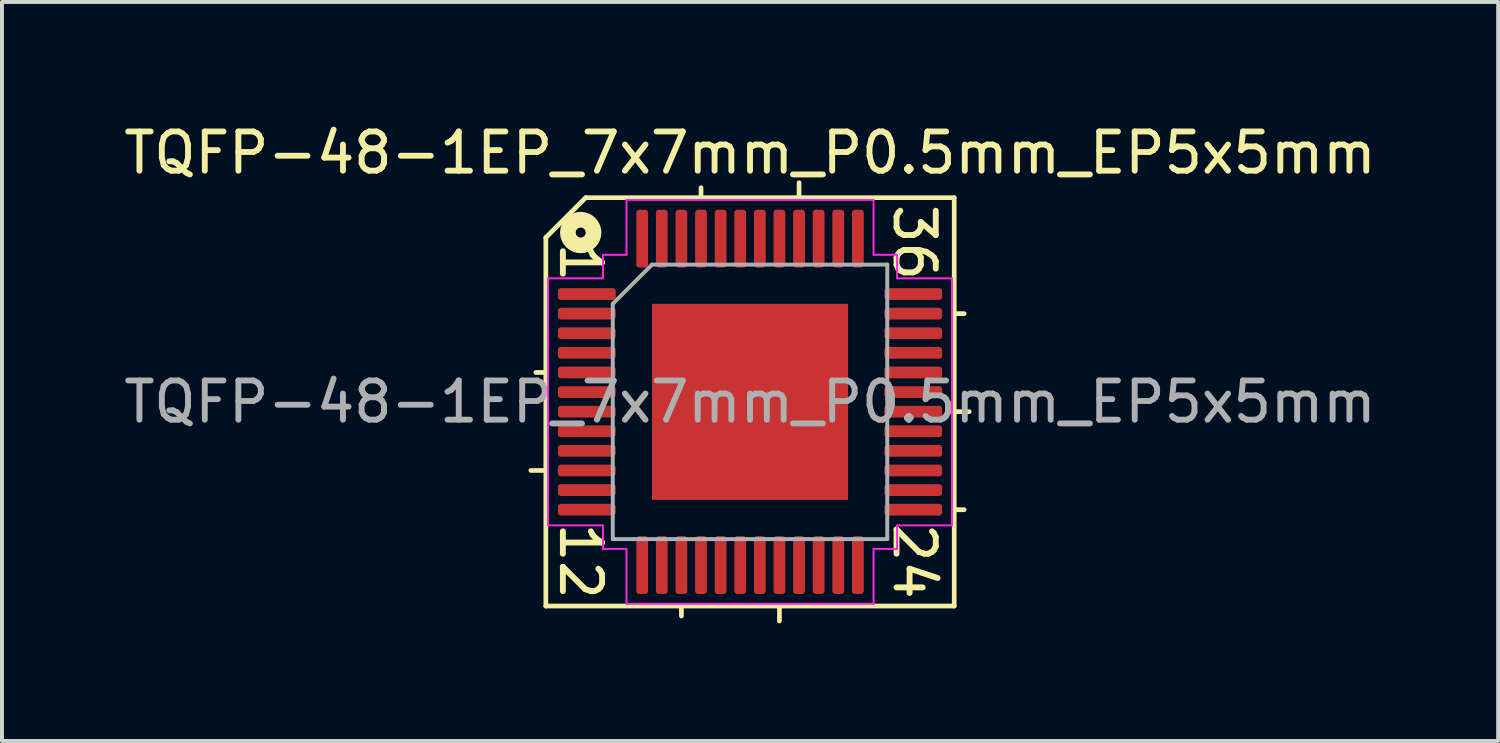
<source format=kicad_pcb>
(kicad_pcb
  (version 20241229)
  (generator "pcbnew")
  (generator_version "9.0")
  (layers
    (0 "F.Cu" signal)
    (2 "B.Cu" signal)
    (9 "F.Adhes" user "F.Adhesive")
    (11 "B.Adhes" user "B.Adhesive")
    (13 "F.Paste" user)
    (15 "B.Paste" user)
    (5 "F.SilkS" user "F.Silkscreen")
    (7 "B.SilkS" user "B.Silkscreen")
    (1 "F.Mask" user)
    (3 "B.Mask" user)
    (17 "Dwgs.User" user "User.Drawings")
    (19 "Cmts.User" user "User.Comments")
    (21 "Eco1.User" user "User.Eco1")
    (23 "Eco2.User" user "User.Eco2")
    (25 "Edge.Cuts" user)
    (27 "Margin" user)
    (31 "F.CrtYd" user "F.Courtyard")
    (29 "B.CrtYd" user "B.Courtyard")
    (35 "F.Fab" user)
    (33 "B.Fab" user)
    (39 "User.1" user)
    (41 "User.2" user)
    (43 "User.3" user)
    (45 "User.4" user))
  (footprint "TQFP-48-1EP_7x7mm_P0.5mm_EP5x5mm"
    (layer "F.Cu")
    (at 16.077 7.198)
    (property "Reference" "TQFP-48-1EP_7x7mm_P0.5mm_EP5x5mm" (at 0 -6.35 0) (layer "F.SilkS") (effects (font (size 1 1) (thickness 0.15))))
    (attr smd)
    (fp_line (start -5.207 -4.191) (end -5.207 5.207) (stroke (width 0.12) (type solid)) (layer "F.SilkS"))
    (fp_line (start -5.207 -0.75) (end -5.461 -0.75) (stroke (width 0.12) (type solid)) (layer "F.SilkS"))
    (fp_line (start -5.207 1.75) (end -5.588 1.75) (stroke (width 0.12) (type solid)) (layer "F.SilkS"))
    (fp_line (start -5.207 5.207) (end 5.207 5.207) (stroke (width 0.12) (type solid)) (layer "F.SilkS"))
    (fp_line (start -4.191 -5.207) (end -5.207 -4.191) (stroke (width 0.12) (type solid)) (layer "F.SilkS"))
    (fp_line (start -1.75 5.207) (end -1.75 5.461) (stroke (width 0.12) (type solid)) (layer "F.SilkS"))
    (fp_line (start -1.25 -5.207) (end -1.25 -5.461) (stroke (width 0.12) (type solid)) (layer "F.SilkS"))
    (fp_line (start 0.75 5.207) (end 0.75 5.588) (stroke (width 0.12) (type solid)) (layer "F.SilkS"))
    (fp_line (start 1.25 -5.207) (end 1.25 -5.588) (stroke (width 0.12) (type solid)) (layer "F.SilkS"))
    (fp_line (start 5.207 -5.207) (end -4.191 -5.207) (stroke (width 0.12) (type solid)) (layer "F.SilkS"))
    (fp_line (start 5.207 -2.25) (end 5.461 -2.25) (stroke (width 0.12) (type solid)) (layer "F.SilkS"))
    (fp_line (start 5.207 0.25) (end 5.588 0.25) (stroke (width 0.12) (type solid)) (layer "F.SilkS"))
    (fp_line (start 5.207 2.75) (end 5.461 2.75) (stroke (width 0.12) (type solid)) (layer "F.SilkS"))
    (fp_line (start 5.207 5.207) (end 5.207 -5.207) (stroke (width 0.12) (type solid)) (layer "F.SilkS"))
    (fp_circle (center -4.318 -4.318) (end -4.191 -4.318) (stroke (width 0.4) (type solid)) (fill no) (layer "F.SilkS"))
    (fp_line (start -5.15 -3.15) (end -5.15 0) (stroke (width 0.05) (type solid)) (layer "F.CrtYd"))
    (fp_line (start -5.15 3.15) (end -5.15 0) (stroke (width 0.05) (type solid)) (layer "F.CrtYd"))
    (fp_line (start -3.75 -3.75) (end -3.75 -3.15) (stroke (width 0.05) (type solid)) (layer "F.CrtYd"))
    (fp_line (start -3.75 -3.15) (end -5.15 -3.15) (stroke (width 0.05) (type solid)) (layer "F.CrtYd"))
    (fp_line (start -3.75 3.15) (end -5.15 3.15) (stroke (width 0.05) (type solid)) (layer "F.CrtYd"))
    (fp_line (start -3.75 3.75) (end -3.75 3.15) (stroke (width 0.05) (type solid)) (layer "F.CrtYd"))
    (fp_line (start -3.15 -5.15) (end -3.15 -3.75) (stroke (width 0.05) (type solid)) (layer "F.CrtYd"))
    (fp_line (start -3.15 -3.75) (end -3.75 -3.75) (stroke (width 0.05) (type solid)) (layer "F.CrtYd"))
    (fp_line (start -3.15 3.75) (end -3.75 3.75) (stroke (width 0.05) (type solid)) (layer "F.CrtYd"))
    (fp_line (start -3.15 5.15) (end -3.15 3.75) (stroke (width 0.05) (type solid)) (layer "F.CrtYd"))
    (fp_line (start 0 -5.15) (end -3.15 -5.15) (stroke (width 0.05) (type solid)) (layer "F.CrtYd"))
    (fp_line (start 0 -5.15) (end 3.15 -5.15) (stroke (width 0.05) (type solid)) (layer "F.CrtYd"))
    (fp_line (start 0 5.15) (end -3.15 5.15) (stroke (width 0.05) (type solid)) (layer "F.CrtYd"))
    (fp_line (start 0 5.15) (end 3.15 5.15) (stroke (width 0.05) (type solid)) (layer "F.CrtYd"))
    (fp_line (start 3.15 -5.15) (end 3.15 -3.75) (stroke (width 0.05) (type solid)) (layer "F.CrtYd"))
    (fp_line (start 3.15 -3.75) (end 3.75 -3.75) (stroke (width 0.05) (type solid)) (layer "F.CrtYd"))
    (fp_line (start 3.15 3.75) (end 3.75 3.75) (stroke (width 0.05) (type solid)) (layer "F.CrtYd"))
    (fp_line (start 3.15 5.15) (end 3.15 3.75) (stroke (width 0.05) (type solid)) (layer "F.CrtYd"))
    (fp_line (start 3.75 -3.75) (end 3.75 -3.15) (stroke (width 0.05) (type solid)) (layer "F.CrtYd"))
    (fp_line (start 3.75 -3.15) (end 5.15 -3.15) (stroke (width 0.05) (type solid)) (layer "F.CrtYd"))
    (fp_line (start 3.75 3.15) (end 5.15 3.15) (stroke (width 0.05) (type solid)) (layer "F.CrtYd"))
    (fp_line (start 3.75 3.75) (end 3.75 3.15) (stroke (width 0.05) (type solid)) (layer "F.CrtYd"))
    (fp_line (start 5.15 -3.15) (end 5.15 0) (stroke (width 0.05) (type solid)) (layer "F.CrtYd"))
    (fp_line (start 5.15 3.15) (end 5.15 0) (stroke (width 0.05) (type solid)) (layer "F.CrtYd"))
    (fp_line (start -3.5 -2.5) (end -2.5 -3.5) (stroke (width 0.1) (type solid)) (layer "F.Fab"))
    (fp_line (start -3.5 3.5) (end -3.5 -2.5) (stroke (width 0.1) (type solid)) (layer "F.Fab"))
    (fp_line (start -2.5 -3.5) (end 3.5 -3.5) (stroke (width 0.1) (type solid)) (layer "F.Fab"))
    (fp_line (start 3.5 -3.5) (end 3.5 3.5) (stroke (width 0.1) (type solid)) (layer "F.Fab"))
    (fp_line (start 3.5 3.5) (end -3.5 3.5) (stroke (width 0.1) (type solid)) (layer "F.Fab"))
    (fp_text user "36" (at 4.191 -4.064 270) (unlocked yes) (layer "F.SilkS") (effects (font (size 1 1) (thickness 0.15))))
    (fp_text user "24" (at 4.191 4.064 270) (unlocked yes) (layer "F.SilkS") (effects (font (size 1 1) (thickness 0.15))))
    (fp_text user "12" (at -4.318 4.064 270) (unlocked yes) (layer "F.SilkS") (effects (font (size 1 1) (thickness 0.15))))
    (fp_text user "1" (at -4.318 -3.556 270) (unlocked yes) (layer "F.SilkS") (effects (font (size 1 1) (thickness 0.15))))
    (fp_text user "${REFERENCE}" (at 0 0 0) (layer "F.Fab") (effects (font (size 1 1) (thickness 0.15))))
    (pad "" smd roundrect (at -1.875 -1.875) (size 1.01 1.01) (layers "F.Paste") (roundrect_rratio 0.248))
    (pad "" smd roundrect (at -1.875 -0.625) (size 1.01 1.01) (layers "F.Paste") (roundrect_rratio 0.248))
    (pad "" smd roundrect (at -1.875 0.625) (size 1.01 1.01) (layers "F.Paste") (roundrect_rratio 0.248))
    (pad "" smd roundrect (at -1.875 1.875) (size 1.01 1.01) (layers "F.Paste") (roundrect_rratio 0.248))
    (pad "" smd roundrect (at -0.625 -1.875) (size 1.01 1.01) (layers "F.Paste") (roundrect_rratio 0.248))
    (pad "" smd roundrect (at -0.625 -0.625) (size 1.01 1.01) (layers "F.Paste") (roundrect_rratio 0.248))
    (pad "" smd roundrect (at -0.625 0.625) (size 1.01 1.01) (layers "F.Paste") (roundrect_rratio 0.248))
    (pad "" smd roundrect (at -0.625 1.875) (size 1.01 1.01) (layers "F.Paste") (roundrect_rratio 0.248))
    (pad "" smd roundrect (at 0.625 -1.875) (size 1.01 1.01) (layers "F.Paste") (roundrect_rratio 0.248))
    (pad "" smd roundrect (at 0.625 -0.625) (size 1.01 1.01) (layers "F.Paste") (roundrect_rratio 0.248))
    (pad "" smd roundrect (at 0.625 0.625) (size 1.01 1.01) (layers "F.Paste") (roundrect_rratio 0.248))
    (pad "" smd roundrect (at 0.625 1.875) (size 1.01 1.01) (layers "F.Paste") (roundrect_rratio 0.248))
    (pad "" smd roundrect (at 1.875 -1.875) (size 1.01 1.01) (layers "F.Paste") (roundrect_rratio 0.248))
    (pad "" smd roundrect (at 1.875 -0.625) (size 1.01 1.01) (layers "F.Paste") (roundrect_rratio 0.248))
    (pad "" smd roundrect (at 1.875 0.625) (size 1.01 1.01) (layers "F.Paste") (roundrect_rratio 0.248))
    (pad "" smd roundrect (at 1.875 1.875) (size 1.01 1.01) (layers "F.Paste") (roundrect_rratio 0.248))
    (pad "1" smd roundrect (at -4.162 -2.75) (size 1.475 0.3) (layers "F.Cu" "F.Mask" "F.Paste") (roundrect_rratio 0.25))
    (pad "2" smd roundrect (at -4.162 -2.25) (size 1.475 0.3) (layers "F.Cu" "F.Mask" "F.Paste") (roundrect_rratio 0.25))
    (pad "3" smd roundrect (at -4.162 -1.75) (size 1.475 0.3) (layers "F.Cu" "F.Mask" "F.Paste") (roundrect_rratio 0.25))
    (pad "4" smd roundrect (at -4.162 -1.25) (size 1.475 0.3) (layers "F.Cu" "F.Mask" "F.Paste") (roundrect_rratio 0.25))
    (pad "5" smd roundrect (at -4.162 -0.75) (size 1.475 0.3) (layers "F.Cu" "F.Mask" "F.Paste") (roundrect_rratio 0.25))
    (pad "6" smd roundrect (at -4.162 -0.25) (size 1.475 0.3) (layers "F.Cu" "F.Mask" "F.Paste") (roundrect_rratio 0.25))
    (pad "7" smd roundrect (at -4.162 0.25) (size 1.475 0.3) (layers "F.Cu" "F.Mask" "F.Paste") (roundrect_rratio 0.25))
    (pad "8" smd roundrect (at -4.162 0.75) (size 1.475 0.3) (layers "F.Cu" "F.Mask" "F.Paste") (roundrect_rratio 0.25))
    (pad "9" smd roundrect (at -4.162 1.25) (size 1.475 0.3) (layers "F.Cu" "F.Mask" "F.Paste") (roundrect_rratio 0.25))
    (pad "10" smd roundrect (at -4.162 1.75) (size 1.475 0.3) (layers "F.Cu" "F.Mask" "F.Paste") (roundrect_rratio 0.25))
    (pad "11" smd roundrect (at -4.162 2.25) (size 1.475 0.3) (layers "F.Cu" "F.Mask" "F.Paste") (roundrect_rratio 0.25))
    (pad "12" smd roundrect (at -4.162 2.75) (size 1.475 0.3) (layers "F.Cu" "F.Mask" "F.Paste") (roundrect_rratio 0.25))
    (pad "13" smd roundrect (at -2.75 4.162) (size 0.3 1.475) (layers "F.Cu" "F.Mask" "F.Paste") (roundrect_rratio 0.25))
    (pad "14" smd roundrect (at -2.25 4.162) (size 0.3 1.475) (layers "F.Cu" "F.Mask" "F.Paste") (roundrect_rratio 0.25))
    (pad "15" smd roundrect (at -1.75 4.162) (size 0.3 1.475) (layers "F.Cu" "F.Mask" "F.Paste") (roundrect_rratio 0.25))
    (pad "16" smd roundrect (at -1.25 4.162) (size 0.3 1.475) (layers "F.Cu" "F.Mask" "F.Paste") (roundrect_rratio 0.25))
    (pad "17" smd roundrect (at -0.75 4.162) (size 0.3 1.475) (layers "F.Cu" "F.Mask" "F.Paste") (roundrect_rratio 0.25))
    (pad "18" smd roundrect (at -0.25 4.162) (size 0.3 1.475) (layers "F.Cu" "F.Mask" "F.Paste") (roundrect_rratio 0.25))
    (pad "19" smd roundrect (at 0.25 4.162) (size 0.3 1.475) (layers "F.Cu" "F.Mask" "F.Paste") (roundrect_rratio 0.25))
    (pad "20" smd roundrect (at 0.75 4.162) (size 0.3 1.475) (layers "F.Cu" "F.Mask" "F.Paste") (roundrect_rratio 0.25))
    (pad "21" smd roundrect (at 1.25 4.162) (size 0.3 1.475) (layers "F.Cu" "F.Mask" "F.Paste") (roundrect_rratio 0.25))
    (pad "22" smd roundrect (at 1.75 4.162) (size 0.3 1.475) (layers "F.Cu" "F.Mask" "F.Paste") (roundrect_rratio 0.25))
    (pad "23" smd roundrect (at 2.25 4.162) (size 0.3 1.475) (layers "F.Cu" "F.Mask" "F.Paste") (roundrect_rratio 0.25))
    (pad "24" smd roundrect (at 2.75 4.162) (size 0.3 1.475) (layers "F.Cu" "F.Mask" "F.Paste") (roundrect_rratio 0.25))
    (pad "25" smd roundrect (at 4.162 2.75) (size 1.475 0.3) (layers "F.Cu" "F.Mask" "F.Paste") (roundrect_rratio 0.25))
    (pad "26" smd roundrect (at 4.162 2.25) (size 1.475 0.3) (layers "F.Cu" "F.Mask" "F.Paste") (roundrect_rratio 0.25))
    (pad "27" smd roundrect (at 4.162 1.75) (size 1.475 0.3) (layers "F.Cu" "F.Mask" "F.Paste") (roundrect_rratio 0.25))
    (pad "28" smd roundrect (at 4.162 1.25) (size 1.475 0.3) (layers "F.Cu" "F.Mask" "F.Paste") (roundrect_rratio 0.25))
    (pad "29" smd roundrect (at 4.162 0.75) (size 1.475 0.3) (layers "F.Cu" "F.Mask" "F.Paste") (roundrect_rratio 0.25))
    (pad "30" smd roundrect (at 4.162 0.25) (size 1.475 0.3) (layers "F.Cu" "F.Mask" "F.Paste") (roundrect_rratio 0.25))
    (pad "31" smd roundrect (at 4.162 -0.25) (size 1.475 0.3) (layers "F.Cu" "F.Mask" "F.Paste") (roundrect_rratio 0.25))
    (pad "32" smd roundrect (at 4.162 -0.75) (size 1.475 0.3) (layers "F.Cu" "F.Mask" "F.Paste") (roundrect_rratio 0.25))
    (pad "33" smd roundrect (at 4.162 -1.25) (size 1.475 0.3) (layers "F.Cu" "F.Mask" "F.Paste") (roundrect_rratio 0.25))
    (pad "34" smd roundrect (at 4.162 -1.75) (size 1.475 0.3) (layers "F.Cu" "F.Mask" "F.Paste") (roundrect_rratio 0.25))
    (pad "35" smd roundrect (at 4.162 -2.25) (size 1.475 0.3) (layers "F.Cu" "F.Mask" "F.Paste") (roundrect_rratio 0.25))
    (pad "36" smd roundrect (at 4.162 -2.75) (size 1.475 0.3) (layers "F.Cu" "F.Mask" "F.Paste") (roundrect_rratio 0.25))
    (pad "37" smd roundrect (at 2.75 -4.162) (size 0.3 1.475) (layers "F.Cu" "F.Mask" "F.Paste") (roundrect_rratio 0.25))
    (pad "38" smd roundrect (at 2.25 -4.162) (size 0.3 1.475) (layers "F.Cu" "F.Mask" "F.Paste") (roundrect_rratio 0.25))
    (pad "39" smd roundrect (at 1.75 -4.162) (size 0.3 1.475) (layers "F.Cu" "F.Mask" "F.Paste") (roundrect_rratio 0.25))
    (pad "40" smd roundrect (at 1.25 -4.162) (size 0.3 1.475) (layers "F.Cu" "F.Mask" "F.Paste") (roundrect_rratio 0.25))
    (pad "41" smd roundrect (at 0.75 -4.162) (size 0.3 1.475) (layers "F.Cu" "F.Mask" "F.Paste") (roundrect_rratio 0.25))
    (pad "42" smd roundrect (at 0.25 -4.162) (size 0.3 1.475) (layers "F.Cu" "F.Mask" "F.Paste") (roundrect_rratio 0.25))
    (pad "43" smd roundrect (at -0.25 -4.162) (size 0.3 1.475) (layers "F.Cu" "F.Mask" "F.Paste") (roundrect_rratio 0.25))
    (pad "44" smd roundrect (at -0.75 -4.162) (size 0.3 1.475) (layers "F.Cu" "F.Mask" "F.Paste") (roundrect_rratio 0.25))
    (pad "45" smd roundrect (at -1.25 -4.162) (size 0.3 1.475) (layers "F.Cu" "F.Mask" "F.Paste") (roundrect_rratio 0.25))
    (pad "46" smd roundrect (at -1.75 -4.162) (size 0.3 1.475) (layers "F.Cu" "F.Mask" "F.Paste") (roundrect_rratio 0.25))
    (pad "47" smd roundrect (at -2.25 -4.162) (size 0.3 1.475) (layers "F.Cu" "F.Mask" "F.Paste") (roundrect_rratio 0.25))
    (pad "48" smd roundrect (at -2.75 -4.162) (size 0.3 1.475) (layers "F.Cu" "F.Mask" "F.Paste") (roundrect_rratio 0.25))
    (pad "49" smd rect (at 0 0) (size 5 5) (layers "F.Cu" "F.Mask")))
  (gr_rect
    (start -3 -3)
    (end 35.155 15.846)
    (stroke (width 0.1) (type default))
    (fill no)
    (layer "Edge.Cuts")))
</source>
